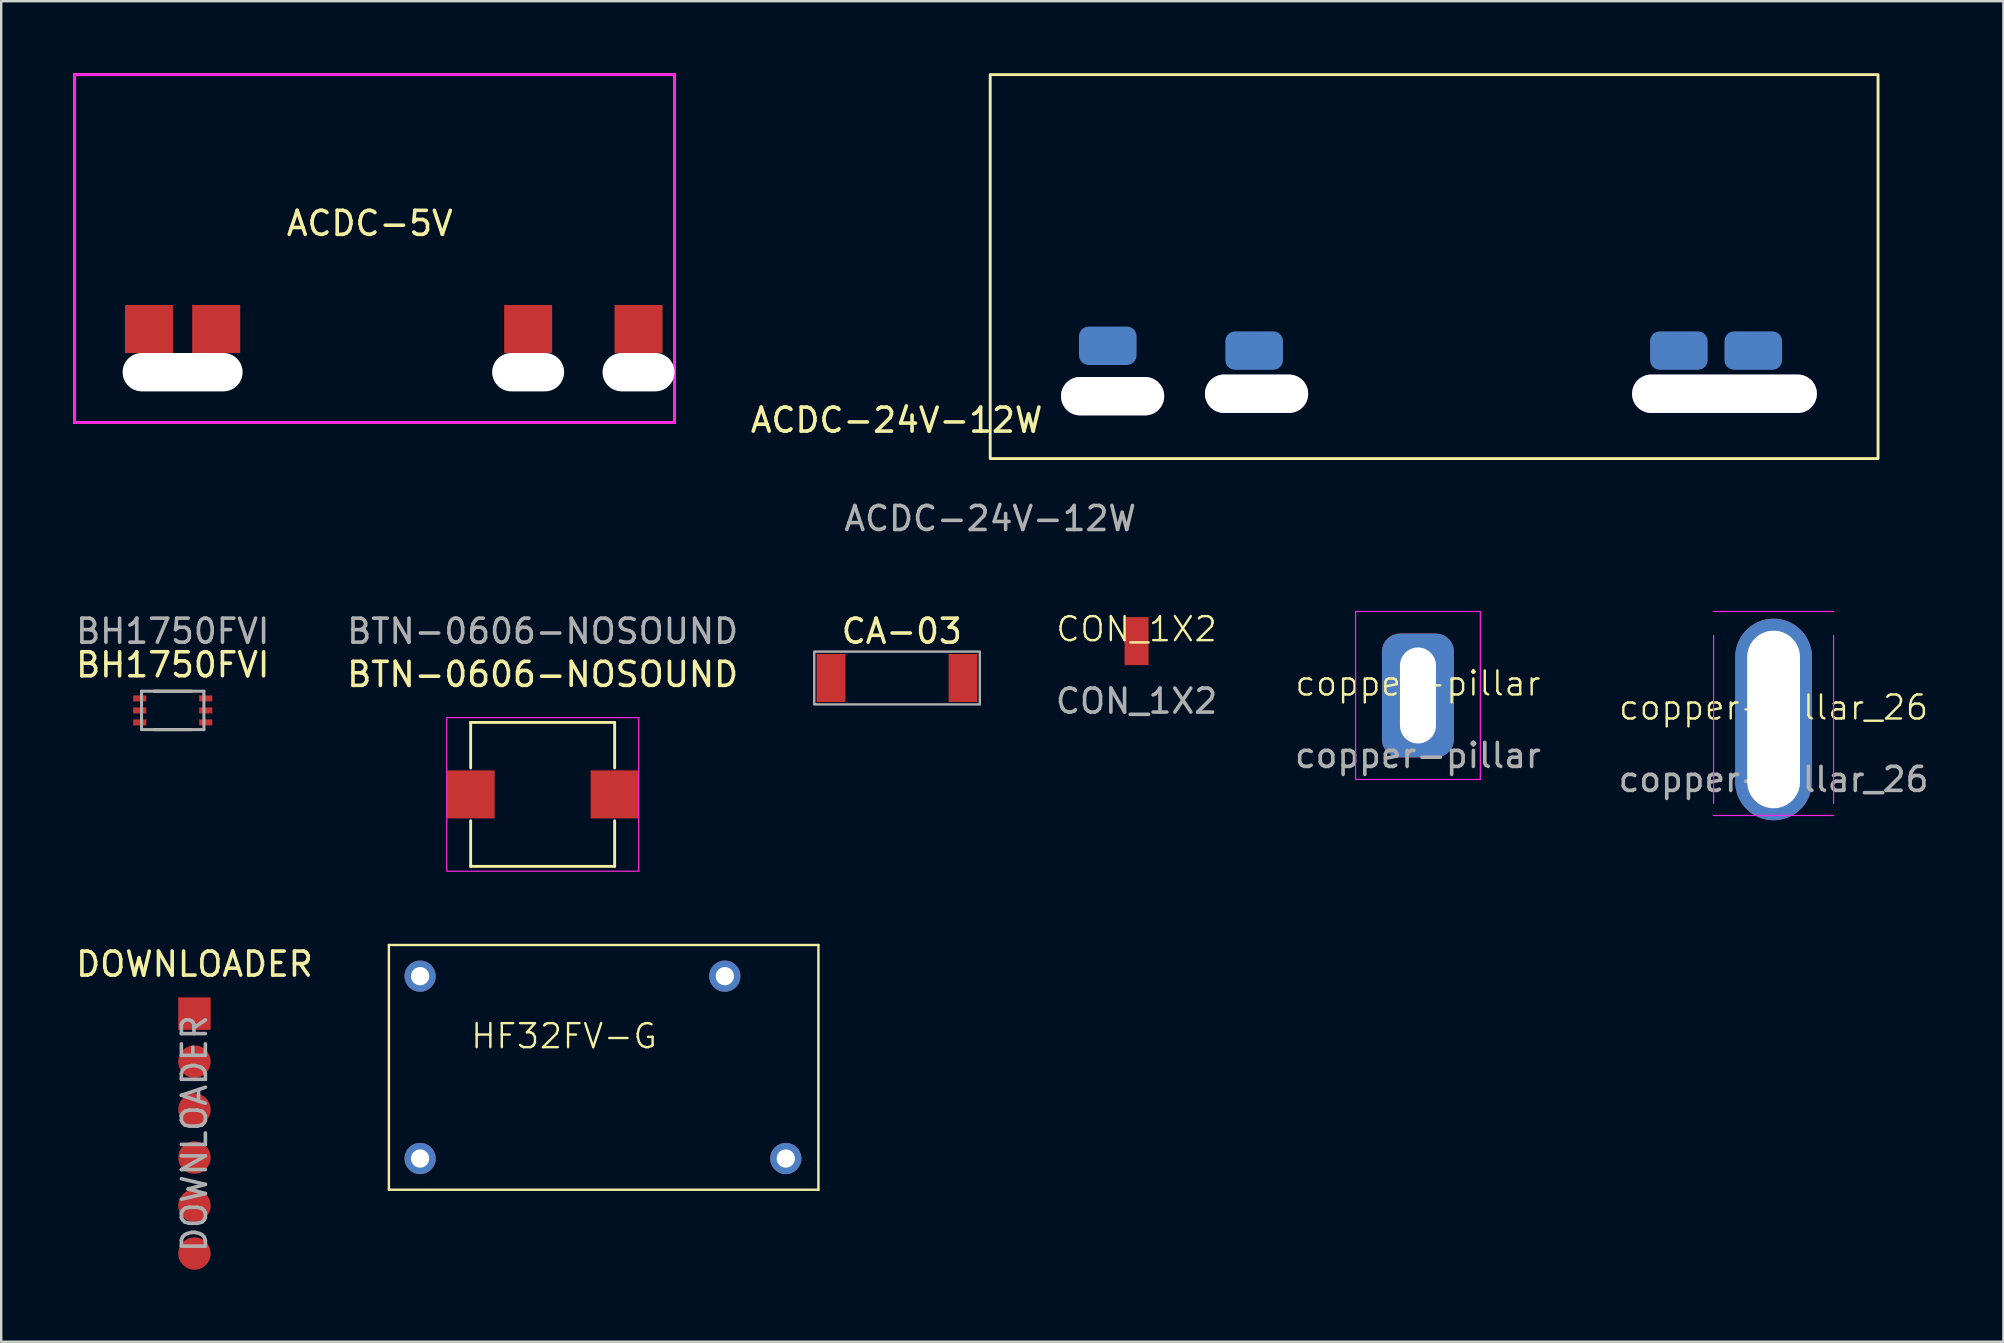
<source format=kicad_pcb>
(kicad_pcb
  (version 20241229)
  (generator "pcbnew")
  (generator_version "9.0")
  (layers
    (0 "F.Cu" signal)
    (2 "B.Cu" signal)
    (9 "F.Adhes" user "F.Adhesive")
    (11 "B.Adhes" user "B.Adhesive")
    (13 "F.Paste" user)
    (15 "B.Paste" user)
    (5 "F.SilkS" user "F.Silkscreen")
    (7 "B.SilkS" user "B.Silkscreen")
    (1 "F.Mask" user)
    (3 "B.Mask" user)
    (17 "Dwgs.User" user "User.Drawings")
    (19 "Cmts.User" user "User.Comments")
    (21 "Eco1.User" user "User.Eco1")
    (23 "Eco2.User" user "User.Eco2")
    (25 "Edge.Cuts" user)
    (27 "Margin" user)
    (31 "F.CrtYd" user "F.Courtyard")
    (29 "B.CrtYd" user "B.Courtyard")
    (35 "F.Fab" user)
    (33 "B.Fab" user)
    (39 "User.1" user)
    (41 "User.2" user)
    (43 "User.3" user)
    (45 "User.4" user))
  (footprint "CON_1X2"
    (layer "F.Cu")
    (at 44.315 23.669)
    (property "Reference" "CON_1X2" (at 0 -0.5 0) (unlocked yes) (layer "F.SilkS") (effects (font (size 1 1) (thickness 0.1))))
    (attr smd)
    (fp_text user "${REFERENCE}" (at 0 2.5 0) (unlocked yes) (layer "F.Fab") (effects (font (size 1 1) (thickness 0.15))))
    (pad "1" smd rect (at 0 0) (size 1 2) (layers "F.Cu" "F.Mask" "F.Paste")))
  (footprint "ACDC-5V"
    (layer "F.Cu")
    (at 12.36 6.76)
    (property "Reference" "ACDC-5V" (at 0 -0.5 0) (unlocked yes) (layer "F.SilkS") (effects (font (size 1 1) (thickness 0.15))))
    (attr smd)
    (fp_line (start -12.3 -6.7) (end -12.3 7.8) (stroke (width 0.12) (type solid)) (layer "B.SilkS"))
    (fp_line (start -12.3 7.8) (end 12.7 7.8) (stroke (width 0.12) (type solid)) (layer "B.SilkS"))
    (fp_line (start 12.7 -6.7) (end -12.3 -6.7) (stroke (width 0.12) (type solid)) (layer "B.SilkS"))
    (fp_line (start 12.7 7.8) (end 12.7 -6.7) (stroke (width 0.12) (type solid)) (layer "B.SilkS"))
    (fp_line (start -12.3 -6.7) (end -12.3 7.8) (stroke (width 0.12) (type solid)) (layer "F.CrtYd"))
    (fp_line (start -12.3 7.8) (end 12.7 7.8) (stroke (width 0.12) (type solid)) (layer "F.CrtYd"))
    (fp_line (start 12.7 -6.7) (end -12.3 -6.7) (stroke (width 0.12) (type solid)) (layer "F.CrtYd"))
    (fp_line (start 12.7 7.8) (end 12.7 -6.7) (stroke (width 0.12) (type solid)) (layer "F.CrtYd"))
    (pad "" np_thru_hole oval (at -7.8 5.7) (size 5 1.6) (drill oval 5 1.6) (layers "*.Cu" "*.Mask"))
    (pad "" np_thru_hole oval (at 6.6 5.7) (size 3 1.6) (drill oval 3 1.6) (layers "*.Cu" "*.Mask"))
    (pad "" np_thru_hole oval (at 11.2 5.7) (size 3 1.6) (drill oval 3 1.6) (layers "*.Cu" "*.Mask"))
    (pad "1" smd rect (at 11.2 3.9) (size 2 2) (layers "F.Cu" "F.Mask" "F.Paste"))
    (pad "2" smd rect (at 6.6 3.9) (size 2 2) (layers "F.Cu" "F.Mask" "F.Paste"))
    (pad "3" smd rect (at -9.2 3.9) (size 2 2) (layers "F.Cu" "F.Mask" "F.Paste"))
    (pad "4" smd rect (at -6.4 3.9) (size 2 2) (layers "F.Cu" "F.Mask" "F.Paste")))
  (footprint "BTN-0606-NOSOUND"
    (layer "F.Cu")
    (at 19.565 30.056)
    (property "Reference" "BTN-0606-NOSOUND" (at 0 -5 0) (unlocked yes) (layer "F.SilkS") (effects (font (size 1 1) (thickness 0.15))))
    (attr smd)
    (fp_line (start -3 -3) (end 3 -3) (stroke (width 0.12) (type solid)) (layer "F.SilkS"))
    (fp_line (start -3 -1.1) (end -3 -3) (stroke (width 0.12) (type solid)) (layer "F.SilkS"))
    (fp_line (start -3 3) (end -3 1.1) (stroke (width 0.12) (type solid)) (layer "F.SilkS"))
    (fp_line (start 3 -3) (end 3 -1.1) (stroke (width 0.12) (type solid)) (layer "F.SilkS"))
    (fp_line (start 3 1.1) (end 3 3) (stroke (width 0.12) (type solid)) (layer "F.SilkS"))
    (fp_line (start 3 3) (end -3 3) (stroke (width 0.12) (type solid)) (layer "F.SilkS"))
    (fp_rect (start -4 -3.2) (end 4 3.2) (stroke (width 0.05) (type solid)) (fill no) (layer "F.CrtYd"))
    (fp_text user "${REFERENCE}" (at 0 -6.8 0) (unlocked yes) (layer "F.Fab") (effects (font (size 1 1) (thickness 0.15))))
    (pad "1" smd rect (at -3 0) (size 2 2) (layers "F.Cu" "F.Mask" "F.Paste"))
    (pad "2" smd rect (at 3 0) (size 2 2) (layers "F.Cu" "F.Mask" "F.Paste")))
  (footprint "CA-03"
    (layer "F.Cu")
    (at 31.583 25.206)
    (property "Reference" "CA-03" (at 2.95 -1.95 0) (unlocked yes) (layer "F.SilkS") (effects (font (size 1 1) (thickness 0.15))))
    (attr smd)
    (fp_rect (start -0.7 -1.1) (end 6.2 1.1) (stroke (width 0.1) (type solid)) (fill no) (layer "F.Fab"))
    (pad "1" smd rect (at 0 0) (size 1.2 2) (layers "F.Cu" "F.Mask" "F.Paste"))
    (pad "2" smd rect (at 5.5 0) (size 1.2 2) (layers "F.Cu" "F.Mask" "F.Paste")))
  (footprint "ACDC-24V-12W"
    (layer "F.Cu")
    (at 38.216 16.06)
    (property "Reference" "ACDC-24V-12W" (at -3.9 -1.6 0) (unlocked yes) (layer "F.SilkS") (effects (font (size 1 1) (thickness 0.15))))
    (attr smd)
    (fp_rect (start 0 0) (end 37 -16) (stroke (width 0.12) (type solid)) (fill no) (layer "F.SilkS"))
    (fp_text user "${REFERENCE}" (at 0 2.5 0) (unlocked yes) (layer "F.Fab") (effects (font (size 1 1) (thickness 0.15))))
    (pad "1" thru_hole oval (at 30.6 -2.7) (size 7.7 1.6) (drill oval 7.7 1.6) (layers "*.Cu" "*.Mask"))
    (pad "2" thru_hole oval (at 5.1 -2.6) (size 4.3 1.6) (drill oval 4.3 1.6) (layers "*.Cu" "*.Mask"))
    (pad "2" thru_hole oval (at 11.1 -2.7) (size 4.3 1.6) (drill oval 4.3 1.6) (layers "*.Cu" "*.Mask"))
    (pad "3" smd roundrect (at 4.9 -4.7) (size 2.4 1.6) (layers "B.Cu" "B.Mask" "B.Paste") (roundrect_rratio 0.25))
    (pad "4" smd roundrect (at 11 -4.5) (size 2.4 1.6) (layers "B.Cu" "B.Mask" "B.Paste") (roundrect_rratio 0.25))
    (pad "5" smd roundrect (at 28.7 -4.5) (size 2.4 1.6) (layers "B.Cu" "B.Mask" "B.Paste") (roundrect_rratio 0.25))
    (pad "6" smd roundrect (at 31.8 -4.5) (size 2.4 1.6) (layers "B.Cu" "B.Mask" "B.Paste") (roundrect_rratio 0.25)))
  (footprint "DOWNLOADER"
    (layer "F.Cu")
    (at 5.054 39.19)
    (property "Reference" "DOWNLOADER" (at 0 -2.06 0) (layer "F.SilkS") (effects (font (size 1 1) (thickness 0.15))))
    (attr through_hole)
    (fp_text user "${REFERENCE}" (at 0 5 90) (layer "F.Fab") (effects (font (size 1 1) (thickness 0.15))))
    (pad "1" smd rect (at 0 0) (size 1.35 1.35) (layers "F.Cu" "F.Mask" "F.Paste"))
    (pad "2" smd oval (at 0 2) (size 1.35 1.35) (layers "F.Cu" "F.Mask" "F.Paste"))
    (pad "3" smd oval (at 0 4) (size 1.35 1.35) (layers "F.Cu" "F.Mask" "F.Paste"))
    (pad "4" smd oval (at 0 6) (size 1.35 1.35) (layers "F.Cu" "F.Mask" "F.Paste"))
    (pad "5" smd oval (at 0 8) (size 1.35 1.35) (layers "F.Cu" "F.Mask" "F.Paste"))
    (pad "6" smd oval (at 0 10) (size 1.35 1.35) (layers "F.Cu" "F.Mask" "F.Paste")))
  (footprint "HF32FV-G"
    (layer "F.Cu")
    (at 14.457 45.231)
    (property "Reference" "HF32FV-G" (at 6 -5.1 0) (unlocked yes) (layer "F.SilkS") (effects (font (size 1 1) (thickness 0.1))))
    (attr through_hole)
    (fp_line (start -1.3 -8.9) (end -1.3 1.3) (stroke (width 0.1) (type default)) (layer "F.SilkS"))
    (fp_line (start -1.3 1.3) (end 0.15 1.3) (stroke (width 0.1) (type default)) (layer "F.SilkS"))
    (fp_line (start 0.2 1.3) (end 16.6 1.3) (stroke (width 0.1) (type default)) (layer "F.SilkS"))
    (fp_line (start 16.6 -8.9) (end -1.3 -8.9) (stroke (width 0.1) (type default)) (layer "F.SilkS"))
    (fp_line (start 16.6 1.3) (end 16.6 -8.9) (stroke (width 0.1) (type default)) (layer "F.SilkS"))
    (pad "1" thru_hole circle (at 0 -7.6) (size 1.3 1.3) (drill 0.762) (layers "*.Cu" "*.Mask"))
    (pad "2" thru_hole circle (at 0 0) (size 1.3 1.3) (drill 0.762) (layers "*.Cu" "*.Mask"))
    (pad "3" thru_hole circle (at 15.24 0) (size 1.3 1.3) (drill 0.762) (layers "*.Cu" "*.Mask"))
    (pad "4" thru_hole circle (at 12.7 -7.6) (size 1.3 1.3) (drill 0.762) (layers "*.Cu" "*.Mask")))
  (footprint "BH1750FVI"
    (layer "F.Cu")
    (at 4.149 26.556)
    (property "Reference" "BH1750FVI" (at 0 -1.9 0) (unlocked yes) (layer "F.SilkS") (effects (font (size 1 1) (thickness 0.15))))
    (attr smd)
    (fp_line (start -0.78 0.8) (end 0.78 0.8) (stroke (width 0.127) (type solid)) (layer "F.SilkS"))
    (fp_line (start 0.78 -0.8) (end -0.78 -0.8) (stroke (width 0.127) (type solid)) (layer "F.SilkS"))
    (fp_line (start -1.3 -0.8) (end -1.3 0.8) (stroke (width 0.127) (type solid)) (layer "F.Fab"))
    (fp_line (start -1.3 0.8) (end 1.3 0.8) (stroke (width 0.127) (type solid)) (layer "F.Fab"))
    (fp_line (start 1.3 -0.8) (end -1.3 -0.8) (stroke (width 0.127) (type solid)) (layer "F.Fab"))
    (fp_line (start 1.3 0.8) (end 1.3 -0.8) (stroke (width 0.127) (type solid)) (layer "F.Fab"))
    (fp_text user "${REFERENCE}" (at 0 -3.3 0) (unlocked yes) (layer "F.Fab") (effects (font (size 1 1) (thickness 0.15))))
    (pad "1" smd rect (at -1.375 -0.5) (size 0.55 0.25) (layers "F.Cu" "F.Mask" "F.Paste"))
    (pad "2" smd rect (at -1.375 0) (size 0.55 0.25) (layers "F.Cu" "F.Mask" "F.Paste"))
    (pad "3" smd rect (at -1.375 0.5) (size 0.55 0.25) (layers "F.Cu" "F.Mask" "F.Paste"))
    (pad "4" smd rect (at 1.375 0.5) (size 0.55 0.25) (layers "F.Cu" "F.Mask" "F.Paste"))
    (pad "5" smd rect (at 1.375 0) (size 0.55 0.25) (layers "F.Cu" "F.Mask" "F.Paste"))
    (pad "6" smd rect (at 1.375 -0.5) (size 0.55 0.25) (layers "F.Cu" "F.Mask" "F.Paste")))
  (footprint "copper-pillar_26"
    (layer "F.Cu")
    (at 70.863 26.933)
    (property "Reference" "copper-pillar_26" (at 0 -0.5 0) (unlocked yes) (layer "F.SilkS") (effects (font (size 1 1) (thickness 0.1))))
    (attr through_hole)
    (fp_rect (start -1 -3) (end 1 3) (stroke (width 0.1) (type default)) (fill no) (layer "Margin"))
    (fp_line (start -2.5 -3.5) (end -2.5 3.5) (stroke (width 0.05) (type default)) (layer "F.CrtYd"))
    (fp_line (start 0 4) (end -2.5 4) (stroke (width 0.05) (type default)) (layer "F.CrtYd"))
    (fp_line (start 0 4) (end 2.5 4) (stroke (width 0.05) (type default)) (layer "F.CrtYd"))
    (fp_line (start 2.5 -4.5) (end -2.5 -4.5) (stroke (width 0.05) (type default)) (layer "F.CrtYd"))
    (fp_line (start 2.5 3.5) (end 2.5 -3.5) (stroke (width 0.05) (type default)) (layer "F.CrtYd"))
    (fp_text user "${REFERENCE}" (at 0 2.5 0) (unlocked yes) (layer "F.Fab") (effects (font (size 1 1) (thickness 0.15))))
    (pad "" thru_hole oval (at 0 0 90) (size 8.4 3.2) (drill oval 7.4 2.2) (layers "*.Cu" "*.Mask")))
  (footprint "copper-pillar"
    (layer "F.Cu")
    (at 56.042 25.933)
    (property "Reference" "copper-pillar" (at 0 -0.5 0) (unlocked yes) (layer "F.SilkS") (effects (font (size 1 1) (thickness 0.1))))
    (attr through_hole)
    (fp_line (start -2.6 -3.5) (end -2.6 3.5) (stroke (width 0.05) (type default)) (layer "F.CrtYd"))
    (fp_line (start 0 3.5) (end -2.6 3.5) (stroke (width 0.05) (type default)) (layer "F.CrtYd"))
    (fp_line (start 0 3.5) (end 2.6 3.5) (stroke (width 0.05) (type default)) (layer "F.CrtYd"))
    (fp_line (start 2.6 -3.5) (end -2.6 -3.5) (stroke (width 0.05) (type default)) (layer "F.CrtYd"))
    (fp_line (start 2.6 3.5) (end 2.6 -3.5) (stroke (width 0.05) (type default)) (layer "F.CrtYd"))
    (fp_text user "${REFERENCE}" (at 0 2.5 0) (unlocked yes) (layer "F.Fab") (effects (font (size 1 1) (thickness 0.15))))
    (pad "1" thru_hole roundrect (at 0 0 90) (size 5.16 3) (drill oval 4 1.5) (layers "*.Cu" "*.Mask") (roundrect_rratio 0.25)))
  (gr_rect
    (start -3 -3)
    (end 80.44 52.865)
    (stroke (width 0.1) (type default))
    (fill no)
    (layer "Edge.Cuts")))
</source>
